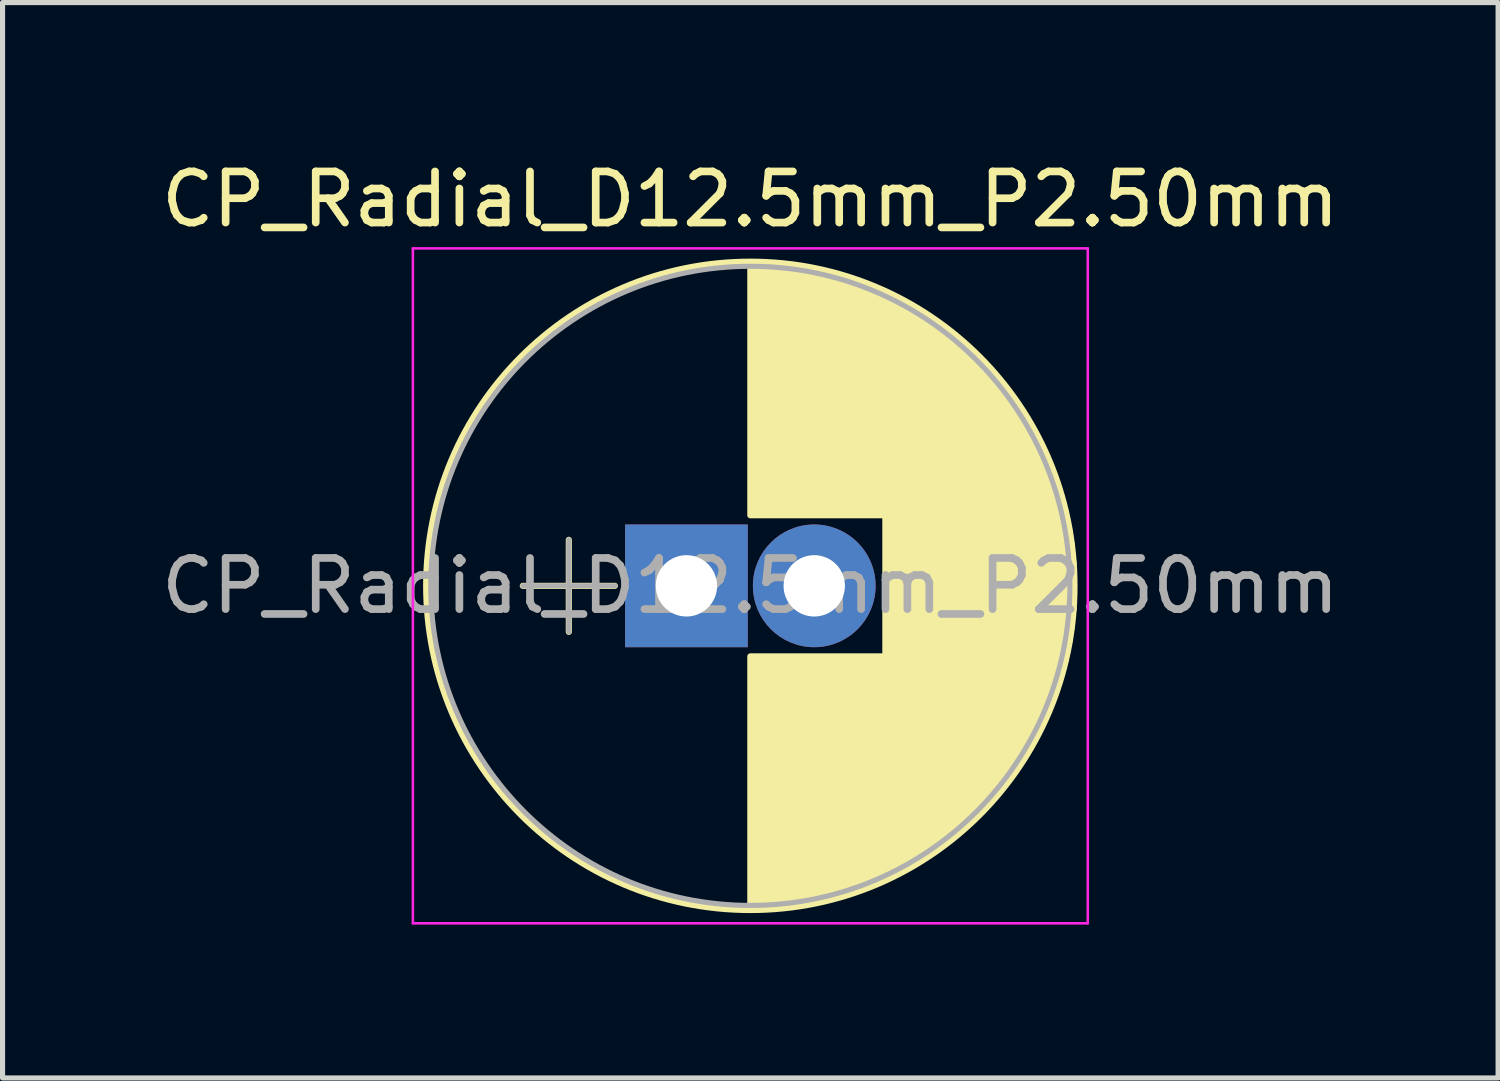
<source format=kicad_pcb>
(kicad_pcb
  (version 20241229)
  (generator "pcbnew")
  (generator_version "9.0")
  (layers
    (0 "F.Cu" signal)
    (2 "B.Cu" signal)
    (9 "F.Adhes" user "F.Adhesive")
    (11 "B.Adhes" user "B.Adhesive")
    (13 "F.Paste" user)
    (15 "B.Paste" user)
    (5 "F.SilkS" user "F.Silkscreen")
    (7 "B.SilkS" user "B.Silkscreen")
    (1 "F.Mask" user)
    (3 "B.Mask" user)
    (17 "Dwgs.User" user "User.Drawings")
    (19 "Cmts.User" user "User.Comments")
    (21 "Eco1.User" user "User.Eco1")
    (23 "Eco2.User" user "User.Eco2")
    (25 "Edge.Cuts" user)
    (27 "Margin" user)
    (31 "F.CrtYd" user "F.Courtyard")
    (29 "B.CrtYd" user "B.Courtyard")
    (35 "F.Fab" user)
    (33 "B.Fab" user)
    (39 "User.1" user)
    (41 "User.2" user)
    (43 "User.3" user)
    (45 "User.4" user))
  (footprint "CP_Radial_D12.5mm_P2.50mm"
    (layer "F.Cu")
    (at 10.375 8.408)
    (property "Reference" "CP_Radial_D12.5mm_P2.50mm" (at 1.25 -7.56 0) (layer "F.SilkS") (effects (font (size 1 1) (thickness 0.15))))
    (attr through_hole)
    (fp_line (start -3.2 0) (end -1.4 0) (stroke (width 0.12) (type solid)) (layer "F.SilkS"))
    (fp_line (start -2.3 -0.9) (end -2.3 0.9) (stroke (width 0.12) (type solid)) (layer "F.SilkS"))
    (fp_line (start 1.25 -6.3) (end 1.25 -1.38) (stroke (width 0.12) (type solid)) (layer "F.SilkS"))
    (fp_line (start 1.25 1.38) (end 1.25 6.3) (stroke (width 0.12) (type solid)) (layer "F.SilkS"))
    (fp_line (start 1.29 -6.3) (end 1.29 -1.38) (stroke (width 0.12) (type solid)) (layer "F.SilkS"))
    (fp_line (start 1.29 1.38) (end 1.29 6.3) (stroke (width 0.12) (type solid)) (layer "F.SilkS"))
    (fp_line (start 1.33 -6.3) (end 1.33 -1.38) (stroke (width 0.12) (type solid)) (layer "F.SilkS"))
    (fp_line (start 1.33 1.38) (end 1.33 6.3) (stroke (width 0.12) (type solid)) (layer "F.SilkS"))
    (fp_line (start 1.37 -6.299) (end 1.37 -1.38) (stroke (width 0.12) (type solid)) (layer "F.SilkS"))
    (fp_line (start 1.37 1.38) (end 1.37 6.299) (stroke (width 0.12) (type solid)) (layer "F.SilkS"))
    (fp_line (start 1.41 -6.298) (end 1.41 -1.38) (stroke (width 0.12) (type solid)) (layer "F.SilkS"))
    (fp_line (start 1.41 1.38) (end 1.41 6.298) (stroke (width 0.12) (type solid)) (layer "F.SilkS"))
    (fp_line (start 1.45 -6.297) (end 1.45 -1.38) (stroke (width 0.12) (type solid)) (layer "F.SilkS"))
    (fp_line (start 1.45 1.38) (end 1.45 6.297) (stroke (width 0.12) (type solid)) (layer "F.SilkS"))
    (fp_line (start 1.49 -6.296) (end 1.49 -1.38) (stroke (width 0.12) (type solid)) (layer "F.SilkS"))
    (fp_line (start 1.49 1.38) (end 1.49 6.296) (stroke (width 0.12) (type solid)) (layer "F.SilkS"))
    (fp_line (start 1.53 -6.294) (end 1.53 -1.38) (stroke (width 0.12) (type solid)) (layer "F.SilkS"))
    (fp_line (start 1.53 1.38) (end 1.53 6.294) (stroke (width 0.12) (type solid)) (layer "F.SilkS"))
    (fp_line (start 1.57 -6.292) (end 1.57 -1.38) (stroke (width 0.12) (type solid)) (layer "F.SilkS"))
    (fp_line (start 1.57 1.38) (end 1.57 6.292) (stroke (width 0.12) (type solid)) (layer "F.SilkS"))
    (fp_line (start 1.61 -6.29) (end 1.61 -1.38) (stroke (width 0.12) (type solid)) (layer "F.SilkS"))
    (fp_line (start 1.61 1.38) (end 1.61 6.29) (stroke (width 0.12) (type solid)) (layer "F.SilkS"))
    (fp_line (start 1.65 -6.288) (end 1.65 -1.38) (stroke (width 0.12) (type solid)) (layer "F.SilkS"))
    (fp_line (start 1.65 1.38) (end 1.65 6.288) (stroke (width 0.12) (type solid)) (layer "F.SilkS"))
    (fp_line (start 1.69 -6.285) (end 1.69 -1.38) (stroke (width 0.12) (type solid)) (layer "F.SilkS"))
    (fp_line (start 1.69 1.38) (end 1.69 6.285) (stroke (width 0.12) (type solid)) (layer "F.SilkS"))
    (fp_line (start 1.73 -6.282) (end 1.73 -1.38) (stroke (width 0.12) (type solid)) (layer "F.SilkS"))
    (fp_line (start 1.73 1.38) (end 1.73 6.282) (stroke (width 0.12) (type solid)) (layer "F.SilkS"))
    (fp_line (start 1.77 -6.279) (end 1.77 -1.38) (stroke (width 0.12) (type solid)) (layer "F.SilkS"))
    (fp_line (start 1.77 1.38) (end 1.77 6.279) (stroke (width 0.12) (type solid)) (layer "F.SilkS"))
    (fp_line (start 1.81 -6.276) (end 1.81 -1.38) (stroke (width 0.12) (type solid)) (layer "F.SilkS"))
    (fp_line (start 1.81 1.38) (end 1.81 6.276) (stroke (width 0.12) (type solid)) (layer "F.SilkS"))
    (fp_line (start 1.85 -6.272) (end 1.85 -1.38) (stroke (width 0.12) (type solid)) (layer "F.SilkS"))
    (fp_line (start 1.85 1.38) (end 1.85 6.272) (stroke (width 0.12) (type solid)) (layer "F.SilkS"))
    (fp_line (start 1.89 -6.268) (end 1.89 -1.38) (stroke (width 0.12) (type solid)) (layer "F.SilkS"))
    (fp_line (start 1.89 1.38) (end 1.89 6.268) (stroke (width 0.12) (type solid)) (layer "F.SilkS"))
    (fp_line (start 1.93 -6.264) (end 1.93 -1.38) (stroke (width 0.12) (type solid)) (layer "F.SilkS"))
    (fp_line (start 1.93 1.38) (end 1.93 6.264) (stroke (width 0.12) (type solid)) (layer "F.SilkS"))
    (fp_line (start 1.971 -6.259) (end 1.971 -1.38) (stroke (width 0.12) (type solid)) (layer "F.SilkS"))
    (fp_line (start 1.971 1.38) (end 1.971 6.259) (stroke (width 0.12) (type solid)) (layer "F.SilkS"))
    (fp_line (start 2.011 -6.255) (end 2.011 -1.38) (stroke (width 0.12) (type solid)) (layer "F.SilkS"))
    (fp_line (start 2.011 1.38) (end 2.011 6.255) (stroke (width 0.12) (type solid)) (layer "F.SilkS"))
    (fp_line (start 2.051 -6.25) (end 2.051 -1.38) (stroke (width 0.12) (type solid)) (layer "F.SilkS"))
    (fp_line (start 2.051 1.38) (end 2.051 6.25) (stroke (width 0.12) (type solid)) (layer "F.SilkS"))
    (fp_line (start 2.091 -6.245) (end 2.091 -1.38) (stroke (width 0.12) (type solid)) (layer "F.SilkS"))
    (fp_line (start 2.091 1.38) (end 2.091 6.245) (stroke (width 0.12) (type solid)) (layer "F.SilkS"))
    (fp_line (start 2.131 -6.239) (end 2.131 -1.38) (stroke (width 0.12) (type solid)) (layer "F.SilkS"))
    (fp_line (start 2.131 1.38) (end 2.131 6.239) (stroke (width 0.12) (type solid)) (layer "F.SilkS"))
    (fp_line (start 2.171 -6.233) (end 2.171 -1.38) (stroke (width 0.12) (type solid)) (layer "F.SilkS"))
    (fp_line (start 2.171 1.38) (end 2.171 6.233) (stroke (width 0.12) (type solid)) (layer "F.SilkS"))
    (fp_line (start 2.211 -6.227) (end 2.211 -1.38) (stroke (width 0.12) (type solid)) (layer "F.SilkS"))
    (fp_line (start 2.211 1.38) (end 2.211 6.227) (stroke (width 0.12) (type solid)) (layer "F.SilkS"))
    (fp_line (start 2.251 -6.221) (end 2.251 -1.38) (stroke (width 0.12) (type solid)) (layer "F.SilkS"))
    (fp_line (start 2.251 1.38) (end 2.251 6.221) (stroke (width 0.12) (type solid)) (layer "F.SilkS"))
    (fp_line (start 2.291 -6.215) (end 2.291 -1.38) (stroke (width 0.12) (type solid)) (layer "F.SilkS"))
    (fp_line (start 2.291 1.38) (end 2.291 6.215) (stroke (width 0.12) (type solid)) (layer "F.SilkS"))
    (fp_line (start 2.331 -6.208) (end 2.331 -1.38) (stroke (width 0.12) (type solid)) (layer "F.SilkS"))
    (fp_line (start 2.331 1.38) (end 2.331 6.208) (stroke (width 0.12) (type solid)) (layer "F.SilkS"))
    (fp_line (start 2.371 -6.201) (end 2.371 -1.38) (stroke (width 0.12) (type solid)) (layer "F.SilkS"))
    (fp_line (start 2.371 1.38) (end 2.371 6.201) (stroke (width 0.12) (type solid)) (layer "F.SilkS"))
    (fp_line (start 2.411 -6.193) (end 2.411 -1.38) (stroke (width 0.12) (type solid)) (layer "F.SilkS"))
    (fp_line (start 2.411 1.38) (end 2.411 6.193) (stroke (width 0.12) (type solid)) (layer "F.SilkS"))
    (fp_line (start 2.451 -6.186) (end 2.451 -1.38) (stroke (width 0.12) (type solid)) (layer "F.SilkS"))
    (fp_line (start 2.451 1.38) (end 2.451 6.186) (stroke (width 0.12) (type solid)) (layer "F.SilkS"))
    (fp_line (start 2.491 -6.178) (end 2.491 -1.38) (stroke (width 0.12) (type solid)) (layer "F.SilkS"))
    (fp_line (start 2.491 1.38) (end 2.491 6.178) (stroke (width 0.12) (type solid)) (layer "F.SilkS"))
    (fp_line (start 2.531 -6.17) (end 2.531 -1.38) (stroke (width 0.12) (type solid)) (layer "F.SilkS"))
    (fp_line (start 2.531 1.38) (end 2.531 6.17) (stroke (width 0.12) (type solid)) (layer "F.SilkS"))
    (fp_line (start 2.571 -6.162) (end 2.571 -1.38) (stroke (width 0.12) (type solid)) (layer "F.SilkS"))
    (fp_line (start 2.571 1.38) (end 2.571 6.162) (stroke (width 0.12) (type solid)) (layer "F.SilkS"))
    (fp_line (start 2.611 -6.153) (end 2.611 -1.38) (stroke (width 0.12) (type solid)) (layer "F.SilkS"))
    (fp_line (start 2.611 1.38) (end 2.611 6.153) (stroke (width 0.12) (type solid)) (layer "F.SilkS"))
    (fp_line (start 2.651 -6.144) (end 2.651 -1.38) (stroke (width 0.12) (type solid)) (layer "F.SilkS"))
    (fp_line (start 2.651 1.38) (end 2.651 6.144) (stroke (width 0.12) (type solid)) (layer "F.SilkS"))
    (fp_line (start 2.691 -6.135) (end 2.691 -1.38) (stroke (width 0.12) (type solid)) (layer "F.SilkS"))
    (fp_line (start 2.691 1.38) (end 2.691 6.135) (stroke (width 0.12) (type solid)) (layer "F.SilkS"))
    (fp_line (start 2.731 -6.125) (end 2.731 -1.38) (stroke (width 0.12) (type solid)) (layer "F.SilkS"))
    (fp_line (start 2.731 1.38) (end 2.731 6.125) (stroke (width 0.12) (type solid)) (layer "F.SilkS"))
    (fp_line (start 2.771 -6.116) (end 2.771 -1.38) (stroke (width 0.12) (type solid)) (layer "F.SilkS"))
    (fp_line (start 2.771 1.38) (end 2.771 6.116) (stroke (width 0.12) (type solid)) (layer "F.SilkS"))
    (fp_line (start 2.811 -6.106) (end 2.811 -1.38) (stroke (width 0.12) (type solid)) (layer "F.SilkS"))
    (fp_line (start 2.811 1.38) (end 2.811 6.106) (stroke (width 0.12) (type solid)) (layer "F.SilkS"))
    (fp_line (start 2.851 -6.095) (end 2.851 -1.38) (stroke (width 0.12) (type solid)) (layer "F.SilkS"))
    (fp_line (start 2.851 1.38) (end 2.851 6.095) (stroke (width 0.12) (type solid)) (layer "F.SilkS"))
    (fp_line (start 2.891 -6.085) (end 2.891 -1.38) (stroke (width 0.12) (type solid)) (layer "F.SilkS"))
    (fp_line (start 2.891 1.38) (end 2.891 6.085) (stroke (width 0.12) (type solid)) (layer "F.SilkS"))
    (fp_line (start 2.931 -6.074) (end 2.931 -1.38) (stroke (width 0.12) (type solid)) (layer "F.SilkS"))
    (fp_line (start 2.931 1.38) (end 2.931 6.074) (stroke (width 0.12) (type solid)) (layer "F.SilkS"))
    (fp_line (start 2.971 -6.063) (end 2.971 -1.38) (stroke (width 0.12) (type solid)) (layer "F.SilkS"))
    (fp_line (start 2.971 1.38) (end 2.971 6.063) (stroke (width 0.12) (type solid)) (layer "F.SilkS"))
    (fp_line (start 3.011 -6.051) (end 3.011 -1.38) (stroke (width 0.12) (type solid)) (layer "F.SilkS"))
    (fp_line (start 3.011 1.38) (end 3.011 6.051) (stroke (width 0.12) (type solid)) (layer "F.SilkS"))
    (fp_line (start 3.051 -6.04) (end 3.051 -1.38) (stroke (width 0.12) (type solid)) (layer "F.SilkS"))
    (fp_line (start 3.051 1.38) (end 3.051 6.04) (stroke (width 0.12) (type solid)) (layer "F.SilkS"))
    (fp_line (start 3.091 -6.028) (end 3.091 -1.38) (stroke (width 0.12) (type solid)) (layer "F.SilkS"))
    (fp_line (start 3.091 1.38) (end 3.091 6.028) (stroke (width 0.12) (type solid)) (layer "F.SilkS"))
    (fp_line (start 3.131 -6.015) (end 3.131 -1.38) (stroke (width 0.12) (type solid)) (layer "F.SilkS"))
    (fp_line (start 3.131 1.38) (end 3.131 6.015) (stroke (width 0.12) (type solid)) (layer "F.SilkS"))
    (fp_line (start 3.171 -6.003) (end 3.171 -1.38) (stroke (width 0.12) (type solid)) (layer "F.SilkS"))
    (fp_line (start 3.171 1.38) (end 3.171 6.003) (stroke (width 0.12) (type solid)) (layer "F.SilkS"))
    (fp_line (start 3.211 -5.99) (end 3.211 -1.38) (stroke (width 0.12) (type solid)) (layer "F.SilkS"))
    (fp_line (start 3.211 1.38) (end 3.211 5.99) (stroke (width 0.12) (type solid)) (layer "F.SilkS"))
    (fp_line (start 3.251 -5.977) (end 3.251 -1.38) (stroke (width 0.12) (type solid)) (layer "F.SilkS"))
    (fp_line (start 3.251 1.38) (end 3.251 5.977) (stroke (width 0.12) (type solid)) (layer "F.SilkS"))
    (fp_line (start 3.291 -5.963) (end 3.291 -1.38) (stroke (width 0.12) (type solid)) (layer "F.SilkS"))
    (fp_line (start 3.291 1.38) (end 3.291 5.963) (stroke (width 0.12) (type solid)) (layer "F.SilkS"))
    (fp_line (start 3.331 -5.95) (end 3.331 -1.38) (stroke (width 0.12) (type solid)) (layer "F.SilkS"))
    (fp_line (start 3.331 1.38) (end 3.331 5.95) (stroke (width 0.12) (type solid)) (layer "F.SilkS"))
    (fp_line (start 3.371 -5.936) (end 3.371 -1.38) (stroke (width 0.12) (type solid)) (layer "F.SilkS"))
    (fp_line (start 3.371 1.38) (end 3.371 5.936) (stroke (width 0.12) (type solid)) (layer "F.SilkS"))
    (fp_line (start 3.411 -5.921) (end 3.411 -1.38) (stroke (width 0.12) (type solid)) (layer "F.SilkS"))
    (fp_line (start 3.411 1.38) (end 3.411 5.921) (stroke (width 0.12) (type solid)) (layer "F.SilkS"))
    (fp_line (start 3.451 -5.907) (end 3.451 -1.38) (stroke (width 0.12) (type solid)) (layer "F.SilkS"))
    (fp_line (start 3.451 1.38) (end 3.451 5.907) (stroke (width 0.12) (type solid)) (layer "F.SilkS"))
    (fp_line (start 3.491 -5.892) (end 3.491 -1.38) (stroke (width 0.12) (type solid)) (layer "F.SilkS"))
    (fp_line (start 3.491 1.38) (end 3.491 5.892) (stroke (width 0.12) (type solid)) (layer "F.SilkS"))
    (fp_line (start 3.531 -5.876) (end 3.531 -1.38) (stroke (width 0.12) (type solid)) (layer "F.SilkS"))
    (fp_line (start 3.531 1.38) (end 3.531 5.876) (stroke (width 0.12) (type solid)) (layer "F.SilkS"))
    (fp_line (start 3.571 -5.861) (end 3.571 -1.38) (stroke (width 0.12) (type solid)) (layer "F.SilkS"))
    (fp_line (start 3.571 1.38) (end 3.571 5.861) (stroke (width 0.12) (type solid)) (layer "F.SilkS"))
    (fp_line (start 3.611 -5.845) (end 3.611 -1.38) (stroke (width 0.12) (type solid)) (layer "F.SilkS"))
    (fp_line (start 3.611 1.38) (end 3.611 5.845) (stroke (width 0.12) (type solid)) (layer "F.SilkS"))
    (fp_line (start 3.651 -5.829) (end 3.651 -1.38) (stroke (width 0.12) (type solid)) (layer "F.SilkS"))
    (fp_line (start 3.651 1.38) (end 3.651 5.829) (stroke (width 0.12) (type solid)) (layer "F.SilkS"))
    (fp_line (start 3.691 -5.812) (end 3.691 -1.38) (stroke (width 0.12) (type solid)) (layer "F.SilkS"))
    (fp_line (start 3.691 1.38) (end 3.691 5.812) (stroke (width 0.12) (type solid)) (layer "F.SilkS"))
    (fp_line (start 3.731 -5.795) (end 3.731 -1.38) (stroke (width 0.12) (type solid)) (layer "F.SilkS"))
    (fp_line (start 3.731 1.38) (end 3.731 5.795) (stroke (width 0.12) (type solid)) (layer "F.SilkS"))
    (fp_line (start 3.771 -5.778) (end 3.771 -1.38) (stroke (width 0.12) (type solid)) (layer "F.SilkS"))
    (fp_line (start 3.771 1.38) (end 3.771 5.778) (stroke (width 0.12) (type solid)) (layer "F.SilkS"))
    (fp_line (start 3.811 -5.761) (end 3.811 -1.38) (stroke (width 0.12) (type solid)) (layer "F.SilkS"))
    (fp_line (start 3.811 1.38) (end 3.811 5.761) (stroke (width 0.12) (type solid)) (layer "F.SilkS"))
    (fp_line (start 3.851 -5.743) (end 3.851 -1.38) (stroke (width 0.12) (type solid)) (layer "F.SilkS"))
    (fp_line (start 3.851 1.38) (end 3.851 5.743) (stroke (width 0.12) (type solid)) (layer "F.SilkS"))
    (fp_line (start 3.891 -5.725) (end 3.891 5.725) (stroke (width 0.12) (type solid)) (layer "F.SilkS"))
    (fp_line (start 3.931 -5.706) (end 3.931 5.706) (stroke (width 0.12) (type solid)) (layer "F.SilkS"))
    (fp_line (start 3.971 -5.687) (end 3.971 5.687) (stroke (width 0.12) (type solid)) (layer "F.SilkS"))
    (fp_line (start 4.011 -5.668) (end 4.011 5.668) (stroke (width 0.12) (type solid)) (layer "F.SilkS"))
    (fp_line (start 4.051 -5.649) (end 4.051 5.649) (stroke (width 0.12) (type solid)) (layer "F.SilkS"))
    (fp_line (start 4.091 -5.629) (end 4.091 5.629) (stroke (width 0.12) (type solid)) (layer "F.SilkS"))
    (fp_line (start 4.131 -5.609) (end 4.131 5.609) (stroke (width 0.12) (type solid)) (layer "F.SilkS"))
    (fp_line (start 4.171 -5.588) (end 4.171 5.588) (stroke (width 0.12) (type solid)) (layer "F.SilkS"))
    (fp_line (start 4.211 -5.567) (end 4.211 5.567) (stroke (width 0.12) (type solid)) (layer "F.SilkS"))
    (fp_line (start 4.251 -5.546) (end 4.251 5.546) (stroke (width 0.12) (type solid)) (layer "F.SilkS"))
    (fp_line (start 4.291 -5.524) (end 4.291 5.524) (stroke (width 0.12) (type solid)) (layer "F.SilkS"))
    (fp_line (start 4.331 -5.502) (end 4.331 5.502) (stroke (width 0.12) (type solid)) (layer "F.SilkS"))
    (fp_line (start 4.371 -5.48) (end 4.371 5.48) (stroke (width 0.12) (type solid)) (layer "F.SilkS"))
    (fp_line (start 4.411 -5.457) (end 4.411 5.457) (stroke (width 0.12) (type solid)) (layer "F.SilkS"))
    (fp_line (start 4.451 -5.434) (end 4.451 5.434) (stroke (width 0.12) (type solid)) (layer "F.SilkS"))
    (fp_line (start 4.491 -5.41) (end 4.491 5.41) (stroke (width 0.12) (type solid)) (layer "F.SilkS"))
    (fp_line (start 4.531 -5.386) (end 4.531 5.386) (stroke (width 0.12) (type solid)) (layer "F.SilkS"))
    (fp_line (start 4.571 -5.362) (end 4.571 5.362) (stroke (width 0.12) (type solid)) (layer "F.SilkS"))
    (fp_line (start 4.611 -5.337) (end 4.611 5.337) (stroke (width 0.12) (type solid)) (layer "F.SilkS"))
    (fp_line (start 4.651 -5.312) (end 4.651 5.312) (stroke (width 0.12) (type solid)) (layer "F.SilkS"))
    (fp_line (start 4.691 -5.286) (end 4.691 5.286) (stroke (width 0.12) (type solid)) (layer "F.SilkS"))
    (fp_line (start 4.731 -5.26) (end 4.731 5.26) (stroke (width 0.12) (type solid)) (layer "F.SilkS"))
    (fp_line (start 4.771 -5.234) (end 4.771 5.234) (stroke (width 0.12) (type solid)) (layer "F.SilkS"))
    (fp_line (start 4.811 -5.207) (end 4.811 5.207) (stroke (width 0.12) (type solid)) (layer "F.SilkS"))
    (fp_line (start 4.851 -5.179) (end 4.851 5.179) (stroke (width 0.12) (type solid)) (layer "F.SilkS"))
    (fp_line (start 4.891 -5.151) (end 4.891 5.151) (stroke (width 0.12) (type solid)) (layer "F.SilkS"))
    (fp_line (start 4.931 -5.123) (end 4.931 5.123) (stroke (width 0.12) (type solid)) (layer "F.SilkS"))
    (fp_line (start 4.971 -5.094) (end 4.971 5.094) (stroke (width 0.12) (type solid)) (layer "F.SilkS"))
    (fp_line (start 5.011 -5.065) (end 5.011 5.065) (stroke (width 0.12) (type solid)) (layer "F.SilkS"))
    (fp_line (start 5.051 -5.035) (end 5.051 5.035) (stroke (width 0.12) (type solid)) (layer "F.SilkS"))
    (fp_line (start 5.091 -5.005) (end 5.091 5.005) (stroke (width 0.12) (type solid)) (layer "F.SilkS"))
    (fp_line (start 5.131 -4.975) (end 5.131 4.975) (stroke (width 0.12) (type solid)) (layer "F.SilkS"))
    (fp_line (start 5.171 -4.943) (end 5.171 4.943) (stroke (width 0.12) (type solid)) (layer "F.SilkS"))
    (fp_line (start 5.211 -4.912) (end 5.211 4.912) (stroke (width 0.12) (type solid)) (layer "F.SilkS"))
    (fp_line (start 5.251 -4.879) (end 5.251 4.879) (stroke (width 0.12) (type solid)) (layer "F.SilkS"))
    (fp_line (start 5.291 -4.847) (end 5.291 4.847) (stroke (width 0.12) (type solid)) (layer "F.SilkS"))
    (fp_line (start 5.331 -4.813) (end 5.331 4.813) (stroke (width 0.12) (type solid)) (layer "F.SilkS"))
    (fp_line (start 5.371 -4.779) (end 5.371 4.779) (stroke (width 0.12) (type solid)) (layer "F.SilkS"))
    (fp_line (start 5.411 -4.745) (end 5.411 4.745) (stroke (width 0.12) (type solid)) (layer "F.SilkS"))
    (fp_line (start 5.451 -4.71) (end 5.451 4.71) (stroke (width 0.12) (type solid)) (layer "F.SilkS"))
    (fp_line (start 5.491 -4.674) (end 5.491 4.674) (stroke (width 0.12) (type solid)) (layer "F.SilkS"))
    (fp_line (start 5.531 -4.638) (end 5.531 4.638) (stroke (width 0.12) (type solid)) (layer "F.SilkS"))
    (fp_line (start 5.571 -4.601) (end 5.571 4.601) (stroke (width 0.12) (type solid)) (layer "F.SilkS"))
    (fp_line (start 5.611 -4.563) (end 5.611 4.563) (stroke (width 0.12) (type solid)) (layer "F.SilkS"))
    (fp_line (start 5.651 -4.525) (end 5.651 4.525) (stroke (width 0.12) (type solid)) (layer "F.SilkS"))
    (fp_line (start 5.691 -4.486) (end 5.691 4.486) (stroke (width 0.12) (type solid)) (layer "F.SilkS"))
    (fp_line (start 5.731 -4.447) (end 5.731 4.447) (stroke (width 0.12) (type solid)) (layer "F.SilkS"))
    (fp_line (start 5.771 -4.406) (end 5.771 4.406) (stroke (width 0.12) (type solid)) (layer "F.SilkS"))
    (fp_line (start 5.811 -4.365) (end 5.811 4.365) (stroke (width 0.12) (type solid)) (layer "F.SilkS"))
    (fp_line (start 5.851 -4.323) (end 5.851 4.323) (stroke (width 0.12) (type solid)) (layer "F.SilkS"))
    (fp_line (start 5.891 -4.281) (end 5.891 4.281) (stroke (width 0.12) (type solid)) (layer "F.SilkS"))
    (fp_line (start 5.931 -4.238) (end 5.931 4.238) (stroke (width 0.12) (type solid)) (layer "F.SilkS"))
    (fp_line (start 5.971 -4.193) (end 5.971 4.193) (stroke (width 0.12) (type solid)) (layer "F.SilkS"))
    (fp_line (start 6.011 -4.148) (end 6.011 4.148) (stroke (width 0.12) (type solid)) (layer "F.SilkS"))
    (fp_line (start 6.051 -4.102) (end 6.051 4.102) (stroke (width 0.12) (type solid)) (layer "F.SilkS"))
    (fp_line (start 6.091 -4.056) (end 6.091 4.056) (stroke (width 0.12) (type solid)) (layer "F.SilkS"))
    (fp_line (start 6.131 -4.008) (end 6.131 4.008) (stroke (width 0.12) (type solid)) (layer "F.SilkS"))
    (fp_line (start 6.171 -3.959) (end 6.171 3.959) (stroke (width 0.12) (type solid)) (layer "F.SilkS"))
    (fp_line (start 6.211 -3.909) (end 6.211 3.909) (stroke (width 0.12) (type solid)) (layer "F.SilkS"))
    (fp_line (start 6.251 -3.859) (end 6.251 3.859) (stroke (width 0.12) (type solid)) (layer "F.SilkS"))
    (fp_line (start 6.291 -3.807) (end 6.291 3.807) (stroke (width 0.12) (type solid)) (layer "F.SilkS"))
    (fp_line (start 6.331 -3.754) (end 6.331 3.754) (stroke (width 0.12) (type solid)) (layer "F.SilkS"))
    (fp_line (start 6.371 -3.7) (end 6.371 3.7) (stroke (width 0.12) (type solid)) (layer "F.SilkS"))
    (fp_line (start 6.411 -3.644) (end 6.411 3.644) (stroke (width 0.12) (type solid)) (layer "F.SilkS"))
    (fp_line (start 6.451 -3.588) (end 6.451 3.588) (stroke (width 0.12) (type solid)) (layer "F.SilkS"))
    (fp_line (start 6.491 -3.53) (end 6.491 3.53) (stroke (width 0.12) (type solid)) (layer "F.SilkS"))
    (fp_line (start 6.531 -3.47) (end 6.531 3.47) (stroke (width 0.12) (type solid)) (layer "F.SilkS"))
    (fp_line (start 6.571 -3.409) (end 6.571 3.409) (stroke (width 0.12) (type solid)) (layer "F.SilkS"))
    (fp_line (start 6.611 -3.347) (end 6.611 3.347) (stroke (width 0.12) (type solid)) (layer "F.SilkS"))
    (fp_line (start 6.651 -3.282) (end 6.651 3.282) (stroke (width 0.12) (type solid)) (layer "F.SilkS"))
    (fp_line (start 6.691 -3.217) (end 6.691 3.217) (stroke (width 0.12) (type solid)) (layer "F.SilkS"))
    (fp_line (start 6.731 -3.149) (end 6.731 3.149) (stroke (width 0.12) (type solid)) (layer "F.SilkS"))
    (fp_line (start 6.771 -3.079) (end 6.771 3.079) (stroke (width 0.12) (type solid)) (layer "F.SilkS"))
    (fp_line (start 6.811 -3.007) (end 6.811 3.007) (stroke (width 0.12) (type solid)) (layer "F.SilkS"))
    (fp_line (start 6.851 -2.933) (end 6.851 2.933) (stroke (width 0.12) (type solid)) (layer "F.SilkS"))
    (fp_line (start 6.891 -2.856) (end 6.891 2.856) (stroke (width 0.12) (type solid)) (layer "F.SilkS"))
    (fp_line (start 6.931 -2.777) (end 6.931 2.777) (stroke (width 0.12) (type solid)) (layer "F.SilkS"))
    (fp_line (start 6.971 -2.695) (end 6.971 2.695) (stroke (width 0.12) (type solid)) (layer "F.SilkS"))
    (fp_line (start 7.011 -2.61) (end 7.011 2.61) (stroke (width 0.12) (type solid)) (layer "F.SilkS"))
    (fp_line (start 7.051 -2.521) (end 7.051 2.521) (stroke (width 0.12) (type solid)) (layer "F.SilkS"))
    (fp_line (start 7.091 -2.428) (end 7.091 2.428) (stroke (width 0.12) (type solid)) (layer "F.SilkS"))
    (fp_line (start 7.131 -2.331) (end 7.131 2.331) (stroke (width 0.12) (type solid)) (layer "F.SilkS"))
    (fp_line (start 7.171 -2.23) (end 7.171 2.23) (stroke (width 0.12) (type solid)) (layer "F.SilkS"))
    (fp_line (start 7.211 -2.122) (end 7.211 2.122) (stroke (width 0.12) (type solid)) (layer "F.SilkS"))
    (fp_line (start 7.251 -2.009) (end 7.251 2.009) (stroke (width 0.12) (type solid)) (layer "F.SilkS"))
    (fp_line (start 7.291 -1.888) (end 7.291 1.888) (stroke (width 0.12) (type solid)) (layer "F.SilkS"))
    (fp_line (start 7.331 -1.757) (end 7.331 1.757) (stroke (width 0.12) (type solid)) (layer "F.SilkS"))
    (fp_line (start 7.371 -1.616) (end 7.371 1.616) (stroke (width 0.12) (type solid)) (layer "F.SilkS"))
    (fp_line (start 7.411 -1.46) (end 7.411 1.46) (stroke (width 0.12) (type solid)) (layer "F.SilkS"))
    (fp_line (start 7.451 -1.285) (end 7.451 1.285) (stroke (width 0.12) (type solid)) (layer "F.SilkS"))
    (fp_line (start 7.491 -1.082) (end 7.491 1.082) (stroke (width 0.12) (type solid)) (layer "F.SilkS"))
    (fp_line (start 7.531 -0.831) (end 7.531 0.831) (stroke (width 0.12) (type solid)) (layer "F.SilkS"))
    (fp_line (start 7.571 -0.464) (end 7.571 0.464) (stroke (width 0.12) (type solid)) (layer "F.SilkS"))
    (fp_circle (center 1.25 0) (end 7.59 0) (stroke (width 0.12) (type solid)) (fill no) (layer "F.SilkS"))
    (fp_line (start -5.35 -6.6) (end -5.35 6.6) (stroke (width 0.05) (type solid)) (layer "F.CrtYd"))
    (fp_line (start -5.35 6.6) (end 7.85 6.6) (stroke (width 0.05) (type solid)) (layer "F.CrtYd"))
    (fp_line (start 7.85 -6.6) (end -5.35 -6.6) (stroke (width 0.05) (type solid)) (layer "F.CrtYd"))
    (fp_line (start 7.85 6.6) (end 7.85 -6.6) (stroke (width 0.05) (type solid)) (layer "F.CrtYd"))
    (fp_line (start -3.2 0) (end -1.4 0) (stroke (width 0.1) (type solid)) (layer "F.Fab"))
    (fp_line (start -2.3 -0.9) (end -2.3 0.9) (stroke (width 0.1) (type solid)) (layer "F.Fab"))
    (fp_circle (center 1.25 0) (end 7.5 0) (stroke (width 0.1) (type solid)) (fill no) (layer "F.Fab"))
    (fp_text user "${REFERENCE}" (at 1.25 0 0) (layer "F.Fab") (effects (font (size 1 1) (thickness 0.15))))
    (pad "1" thru_hole rect (at 0 0) (size 2.4 2.4) (drill 1.2) (layers "*.Cu" "*.Mask"))
    (pad "2" thru_hole circle (at 2.5 0) (size 2.4 2.4) (drill 1.2) (layers "*.Cu" "*.Mask")))
  (gr_rect
    (start -3 -3)
    (end 26.25 18.033)
    (stroke (width 0.1) (type default))
    (fill no)
    (layer "Edge.Cuts")))
</source>
